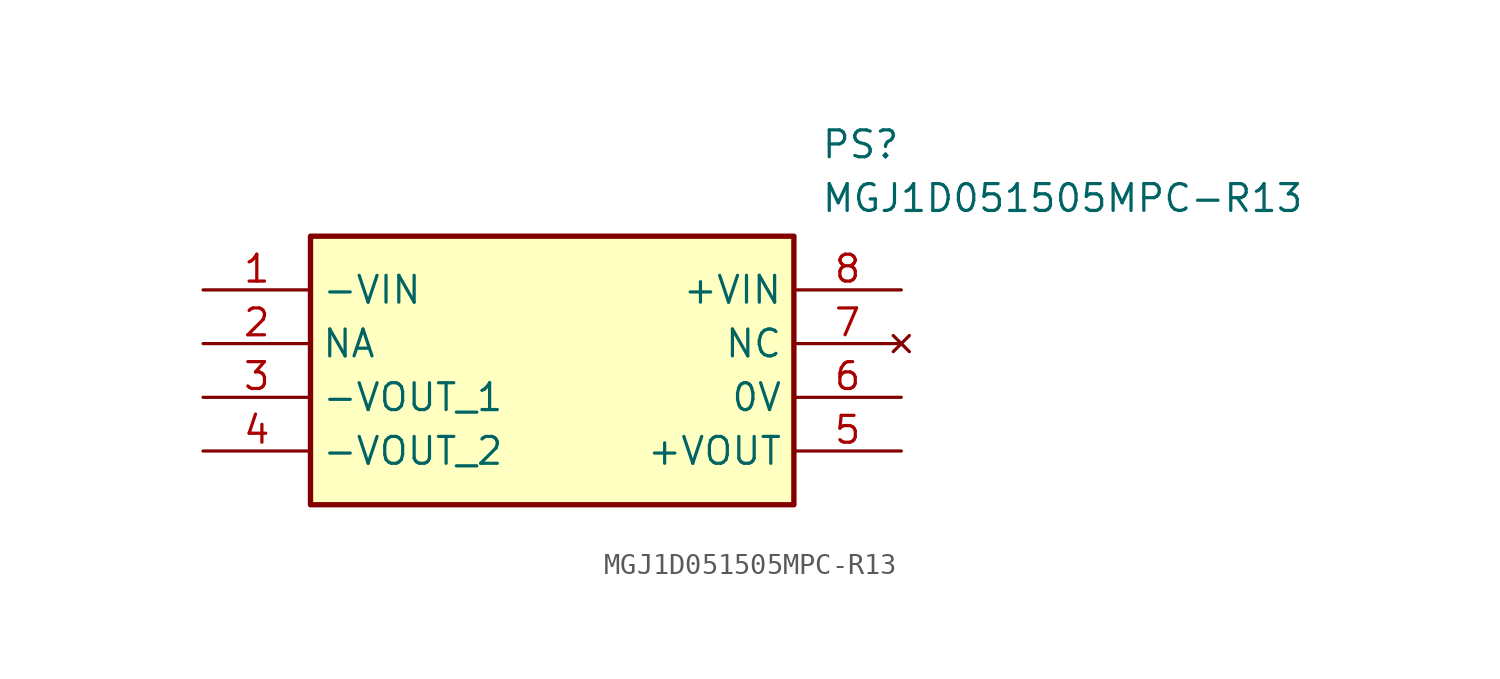
<source format=kicad_sym>
(kicad_symbol_lib
  (version 20211014)
  (generator SamacSys_ECAD_Model)
  (symbol "MGJ1D051505MPC-R13"
    (property "Reference" "PS"
      (at 29.21 7.62 0)
      (effects (font (size 1.27 1.27)) (justify left top)))
    (property "Value" "MGJ1D051505MPC-R13"
      (at 29.21 5.08 0)
      (effects (font (size 1.27 1.27)) (justify left top)))
    (rectangle
      (start 5.08 2.54)
      (end 27.94 -10.16)
      (stroke (width 0.254) (type default))
      (fill (type background)))
    (pin passive line
      (at 0 0 0)
      (length 5.08)
      (name "-VIN" (effects (font (size 1.27 1.27))))
      (number "1" (effects (font (size 1.27 1.27)))))
    (pin passive line
      (at 0 -2.54 0)
      (length 5.08)
      (name "NA" (effects (font (size 1.27 1.27))))
      (number "2" (effects (font (size 1.27 1.27)))))
    (pin passive line
      (at 0 -5.08 0)
      (length 5.08)
      (name "-VOUT_1" (effects (font (size 1.27 1.27))))
      (number "3" (effects (font (size 1.27 1.27)))))
    (pin passive line
      (at 0 -7.62 0)
      (length 5.08)
      (name "-VOUT_2" (effects (font (size 1.27 1.27))))
      (number "4" (effects (font (size 1.27 1.27)))))
    (pin passive line
      (at 33.02 -7.62 180)
      (length 5.08)
      (name "+VOUT" (effects (font (size 1.27 1.27))))
      (number "5" (effects (font (size 1.27 1.27)))))
    (pin passive line
      (at 33.02 -5.08 180)
      (length 5.08)
      (name "0V" (effects (font (size 1.27 1.27))))
      (number "6" (effects (font (size 1.27 1.27)))))
    (pin no_connect line
      (at 33.02 -2.54 180)
      (length 5.08)
      (name "NC" (effects (font (size 1.27 1.27))))
      (number "7" (effects (font (size 1.27 1.27)))))
    (pin passive line
      (at 33.02 0 180)
      (length 5.08)
      (name "+VIN" (effects (font (size 1.27 1.27))))
      (number "8" (effects (font (size 1.27 1.27)))))))
</source>
